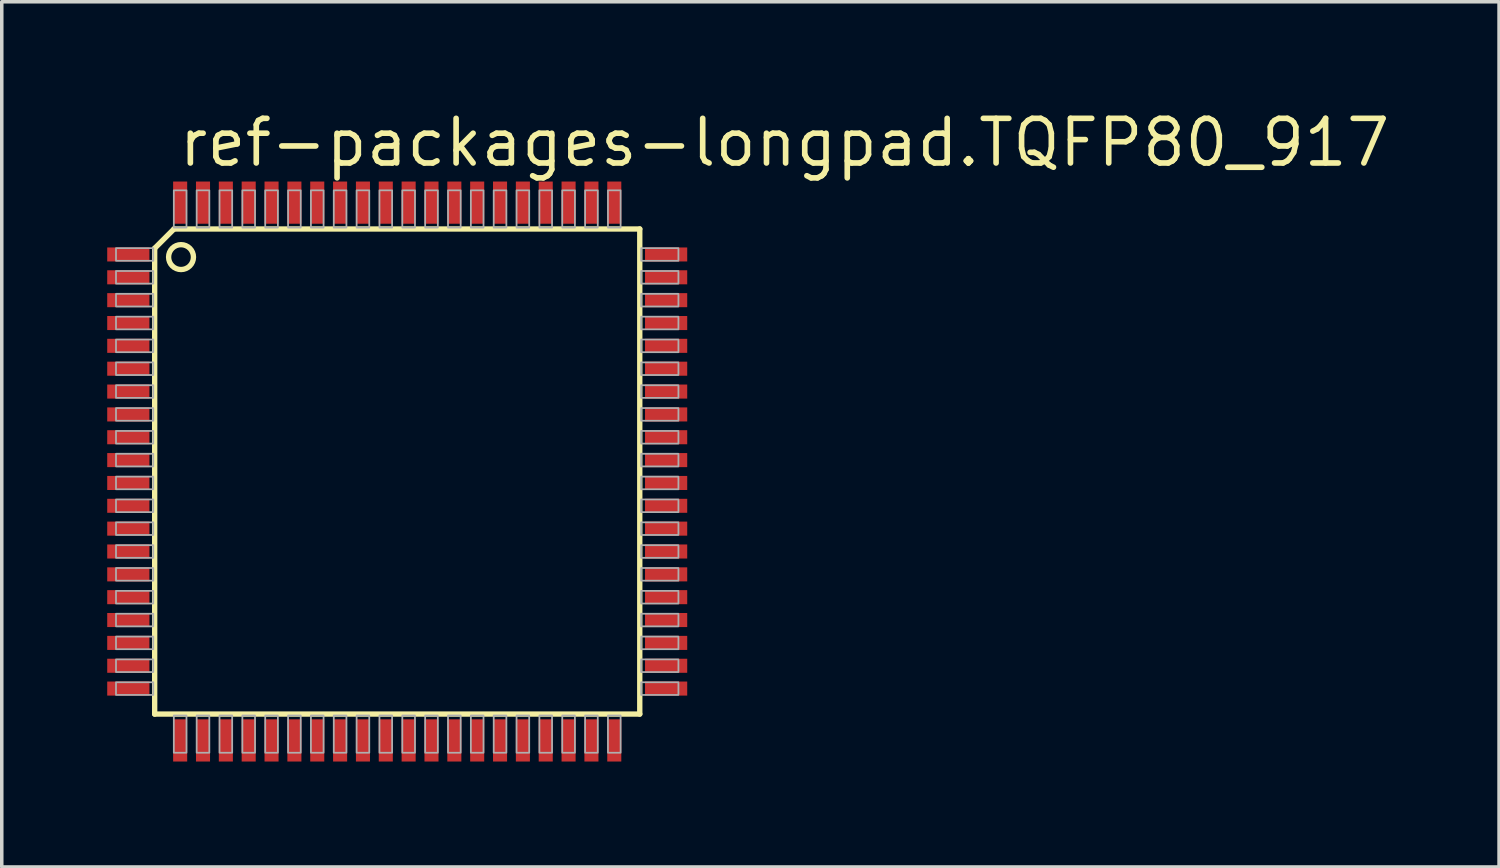
<source format=kicad_pcb>
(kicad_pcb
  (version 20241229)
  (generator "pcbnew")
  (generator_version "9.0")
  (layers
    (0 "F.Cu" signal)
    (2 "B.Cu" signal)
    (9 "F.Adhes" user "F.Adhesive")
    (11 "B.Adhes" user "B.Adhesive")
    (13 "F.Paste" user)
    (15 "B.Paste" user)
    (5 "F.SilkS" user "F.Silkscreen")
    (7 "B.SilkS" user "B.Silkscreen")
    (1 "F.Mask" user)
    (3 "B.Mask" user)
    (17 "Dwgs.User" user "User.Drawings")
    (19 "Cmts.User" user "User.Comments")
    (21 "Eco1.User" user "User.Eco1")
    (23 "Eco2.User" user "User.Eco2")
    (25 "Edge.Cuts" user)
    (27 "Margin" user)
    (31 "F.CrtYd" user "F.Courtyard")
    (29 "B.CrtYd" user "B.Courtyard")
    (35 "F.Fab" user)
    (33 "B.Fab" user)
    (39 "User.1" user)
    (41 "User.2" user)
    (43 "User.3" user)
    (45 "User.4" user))
  (footprint "ref-packages-longpad.TQFP80_917"
    (layer "F.Cu")
    (at 8.25 10.364)
    (property "Reference" "ref-packages-longpad.TQFP80_917" (at -6.292 -8.614 0) (layer "F.SilkS") (effects (font (size 1.27 1.27) (thickness 0.16)) (justify left bottom)))
    (attr smd)
    (fp_line (start -6.9 -6.35) (end -6.35 -6.9) (stroke (width 0.152) (type default)) (layer "F.SilkS"))
    (fp_line (start -6.9 6.9) (end -6.9 -6.35) (stroke (width 0.152) (type default)) (layer "F.SilkS"))
    (fp_line (start -6.35 -6.9) (end 6.9 -6.9) (stroke (width 0.152) (type default)) (layer "F.SilkS"))
    (fp_line (start 6.9 -6.9) (end 6.9 6.9) (stroke (width 0.152) (type default)) (layer "F.SilkS"))
    (fp_line (start 6.9 6.9) (end -6.9 6.9) (stroke (width 0.152) (type default)) (layer "F.SilkS"))
    (fp_circle (center -6.15 -6.1) (end -5.796 -6.1) (stroke (width 0.152) (type default)) (fill no) (layer "F.SilkS"))
    (fp_rect (start -8 -5.995) (end -6.94 -6.355) (stroke (width 0.05) (type default)) (fill no) (layer "F.Fab"))
    (fp_rect (start -8 -5.345) (end -6.94 -5.705) (stroke (width 0.05) (type default)) (fill no) (layer "F.Fab"))
    (fp_rect (start -8 -4.695) (end -6.94 -5.055) (stroke (width 0.05) (type default)) (fill no) (layer "F.Fab"))
    (fp_rect (start -8 -4.045) (end -6.94 -4.405) (stroke (width 0.05) (type default)) (fill no) (layer "F.Fab"))
    (fp_rect (start -8 -3.395) (end -6.94 -3.755) (stroke (width 0.05) (type default)) (fill no) (layer "F.Fab"))
    (fp_rect (start -8 -2.745) (end -6.94 -3.105) (stroke (width 0.05) (type default)) (fill no) (layer "F.Fab"))
    (fp_rect (start -8 -2.095) (end -6.94 -2.455) (stroke (width 0.05) (type default)) (fill no) (layer "F.Fab"))
    (fp_rect (start -8 -1.445) (end -6.94 -1.805) (stroke (width 0.05) (type default)) (fill no) (layer "F.Fab"))
    (fp_rect (start -8 -0.795) (end -6.94 -1.155) (stroke (width 0.05) (type default)) (fill no) (layer "F.Fab"))
    (fp_rect (start -8 -0.145) (end -6.94 -0.505) (stroke (width 0.05) (type default)) (fill no) (layer "F.Fab"))
    (fp_rect (start -8 0.505) (end -6.94 0.145) (stroke (width 0.05) (type default)) (fill no) (layer "F.Fab"))
    (fp_rect (start -8 1.155) (end -6.94 0.795) (stroke (width 0.05) (type default)) (fill no) (layer "F.Fab"))
    (fp_rect (start -8 1.805) (end -6.94 1.445) (stroke (width 0.05) (type default)) (fill no) (layer "F.Fab"))
    (fp_rect (start -8 2.455) (end -6.94 2.095) (stroke (width 0.05) (type default)) (fill no) (layer "F.Fab"))
    (fp_rect (start -8 3.105) (end -6.94 2.745) (stroke (width 0.05) (type default)) (fill no) (layer "F.Fab"))
    (fp_rect (start -8 3.755) (end -6.94 3.395) (stroke (width 0.05) (type default)) (fill no) (layer "F.Fab"))
    (fp_rect (start -8 4.405) (end -6.94 4.045) (stroke (width 0.05) (type default)) (fill no) (layer "F.Fab"))
    (fp_rect (start -8 5.055) (end -6.94 4.695) (stroke (width 0.05) (type default)) (fill no) (layer "F.Fab"))
    (fp_rect (start -8 5.705) (end -6.94 5.345) (stroke (width 0.05) (type default)) (fill no) (layer "F.Fab"))
    (fp_rect (start -8 6.355) (end -6.94 5.995) (stroke (width 0.05) (type default)) (fill no) (layer "F.Fab"))
    (fp_rect (start -6.355 -6.94) (end -5.995 -8) (stroke (width 0.05) (type default)) (fill no) (layer "F.Fab"))
    (fp_rect (start -6.355 8) (end -5.995 6.94) (stroke (width 0.05) (type default)) (fill no) (layer "F.Fab"))
    (fp_rect (start -5.705 -6.94) (end -5.345 -8) (stroke (width 0.05) (type default)) (fill no) (layer "F.Fab"))
    (fp_rect (start -5.705 8) (end -5.345 6.94) (stroke (width 0.05) (type default)) (fill no) (layer "F.Fab"))
    (fp_rect (start -5.055 -6.94) (end -4.695 -8) (stroke (width 0.05) (type default)) (fill no) (layer "F.Fab"))
    (fp_rect (start -5.055 8) (end -4.695 6.94) (stroke (width 0.05) (type default)) (fill no) (layer "F.Fab"))
    (fp_rect (start -4.405 -6.94) (end -4.045 -8) (stroke (width 0.05) (type default)) (fill no) (layer "F.Fab"))
    (fp_rect (start -4.405 8) (end -4.045 6.94) (stroke (width 0.05) (type default)) (fill no) (layer "F.Fab"))
    (fp_rect (start -3.755 -6.94) (end -3.395 -8) (stroke (width 0.05) (type default)) (fill no) (layer "F.Fab"))
    (fp_rect (start -3.755 8) (end -3.395 6.94) (stroke (width 0.05) (type default)) (fill no) (layer "F.Fab"))
    (fp_rect (start -3.105 -6.94) (end -2.745 -8) (stroke (width 0.05) (type default)) (fill no) (layer "F.Fab"))
    (fp_rect (start -3.105 8) (end -2.745 6.94) (stroke (width 0.05) (type default)) (fill no) (layer "F.Fab"))
    (fp_rect (start -2.455 -6.94) (end -2.095 -8) (stroke (width 0.05) (type default)) (fill no) (layer "F.Fab"))
    (fp_rect (start -2.455 8) (end -2.095 6.94) (stroke (width 0.05) (type default)) (fill no) (layer "F.Fab"))
    (fp_rect (start -1.805 -6.94) (end -1.445 -8) (stroke (width 0.05) (type default)) (fill no) (layer "F.Fab"))
    (fp_rect (start -1.805 8) (end -1.445 6.94) (stroke (width 0.05) (type default)) (fill no) (layer "F.Fab"))
    (fp_rect (start -1.155 -6.94) (end -0.795 -8) (stroke (width 0.05) (type default)) (fill no) (layer "F.Fab"))
    (fp_rect (start -1.155 8) (end -0.795 6.94) (stroke (width 0.05) (type default)) (fill no) (layer "F.Fab"))
    (fp_rect (start -0.505 -6.94) (end -0.145 -8) (stroke (width 0.05) (type default)) (fill no) (layer "F.Fab"))
    (fp_rect (start -0.505 8) (end -0.145 6.94) (stroke (width 0.05) (type default)) (fill no) (layer "F.Fab"))
    (fp_rect (start 0.145 -6.94) (end 0.505 -8) (stroke (width 0.05) (type default)) (fill no) (layer "F.Fab"))
    (fp_rect (start 0.145 8) (end 0.505 6.94) (stroke (width 0.05) (type default)) (fill no) (layer "F.Fab"))
    (fp_rect (start 0.795 -6.94) (end 1.155 -8) (stroke (width 0.05) (type default)) (fill no) (layer "F.Fab"))
    (fp_rect (start 0.795 8) (end 1.155 6.94) (stroke (width 0.05) (type default)) (fill no) (layer "F.Fab"))
    (fp_rect (start 1.445 -6.94) (end 1.805 -8) (stroke (width 0.05) (type default)) (fill no) (layer "F.Fab"))
    (fp_rect (start 1.445 8) (end 1.805 6.94) (stroke (width 0.05) (type default)) (fill no) (layer "F.Fab"))
    (fp_rect (start 2.095 -6.94) (end 2.455 -8) (stroke (width 0.05) (type default)) (fill no) (layer "F.Fab"))
    (fp_rect (start 2.095 8) (end 2.455 6.94) (stroke (width 0.05) (type default)) (fill no) (layer "F.Fab"))
    (fp_rect (start 2.745 -6.94) (end 3.105 -8) (stroke (width 0.05) (type default)) (fill no) (layer "F.Fab"))
    (fp_rect (start 2.745 8) (end 3.105 6.94) (stroke (width 0.05) (type default)) (fill no) (layer "F.Fab"))
    (fp_rect (start 3.395 -6.94) (end 3.755 -8) (stroke (width 0.05) (type default)) (fill no) (layer "F.Fab"))
    (fp_rect (start 3.395 8) (end 3.755 6.94) (stroke (width 0.05) (type default)) (fill no) (layer "F.Fab"))
    (fp_rect (start 4.045 -6.94) (end 4.405 -8) (stroke (width 0.05) (type default)) (fill no) (layer "F.Fab"))
    (fp_rect (start 4.045 8) (end 4.405 6.94) (stroke (width 0.05) (type default)) (fill no) (layer "F.Fab"))
    (fp_rect (start 4.695 -6.94) (end 5.055 -8) (stroke (width 0.05) (type default)) (fill no) (layer "F.Fab"))
    (fp_rect (start 4.695 8) (end 5.055 6.94) (stroke (width 0.05) (type default)) (fill no) (layer "F.Fab"))
    (fp_rect (start 5.345 -6.94) (end 5.705 -8) (stroke (width 0.05) (type default)) (fill no) (layer "F.Fab"))
    (fp_rect (start 5.345 8) (end 5.705 6.94) (stroke (width 0.05) (type default)) (fill no) (layer "F.Fab"))
    (fp_rect (start 5.995 -6.94) (end 6.355 -8) (stroke (width 0.05) (type default)) (fill no) (layer "F.Fab"))
    (fp_rect (start 5.995 8) (end 6.355 6.94) (stroke (width 0.05) (type default)) (fill no) (layer "F.Fab"))
    (fp_rect (start 6.94 -5.995) (end 8 -6.355) (stroke (width 0.05) (type default)) (fill no) (layer "F.Fab"))
    (fp_rect (start 6.94 -5.345) (end 8 -5.705) (stroke (width 0.05) (type default)) (fill no) (layer "F.Fab"))
    (fp_rect (start 6.94 -4.695) (end 8 -5.055) (stroke (width 0.05) (type default)) (fill no) (layer "F.Fab"))
    (fp_rect (start 6.94 -4.045) (end 8 -4.405) (stroke (width 0.05) (type default)) (fill no) (layer "F.Fab"))
    (fp_rect (start 6.94 -3.395) (end 8 -3.755) (stroke (width 0.05) (type default)) (fill no) (layer "F.Fab"))
    (fp_rect (start 6.94 -2.745) (end 8 -3.105) (stroke (width 0.05) (type default)) (fill no) (layer "F.Fab"))
    (fp_rect (start 6.94 -2.095) (end 8 -2.455) (stroke (width 0.05) (type default)) (fill no) (layer "F.Fab"))
    (fp_rect (start 6.94 -1.445) (end 8 -1.805) (stroke (width 0.05) (type default)) (fill no) (layer "F.Fab"))
    (fp_rect (start 6.94 -0.795) (end 8 -1.155) (stroke (width 0.05) (type default)) (fill no) (layer "F.Fab"))
    (fp_rect (start 6.94 -0.145) (end 8 -0.505) (stroke (width 0.05) (type default)) (fill no) (layer "F.Fab"))
    (fp_rect (start 6.94 0.505) (end 8 0.145) (stroke (width 0.05) (type default)) (fill no) (layer "F.Fab"))
    (fp_rect (start 6.94 1.155) (end 8 0.795) (stroke (width 0.05) (type default)) (fill no) (layer "F.Fab"))
    (fp_rect (start 6.94 1.805) (end 8 1.445) (stroke (width 0.05) (type default)) (fill no) (layer "F.Fab"))
    (fp_rect (start 6.94 2.455) (end 8 2.095) (stroke (width 0.05) (type default)) (fill no) (layer "F.Fab"))
    (fp_rect (start 6.94 3.105) (end 8 2.745) (stroke (width 0.05) (type default)) (fill no) (layer "F.Fab"))
    (fp_rect (start 6.94 3.755) (end 8 3.395) (stroke (width 0.05) (type default)) (fill no) (layer "F.Fab"))
    (fp_rect (start 6.94 4.405) (end 8 4.045) (stroke (width 0.05) (type default)) (fill no) (layer "F.Fab"))
    (fp_rect (start 6.94 5.055) (end 8 4.695) (stroke (width 0.05) (type default)) (fill no) (layer "F.Fab"))
    (fp_rect (start 6.94 5.705) (end 8 5.345) (stroke (width 0.05) (type default)) (fill no) (layer "F.Fab"))
    (fp_rect (start 6.94 6.355) (end 8 5.995) (stroke (width 0.05) (type default)) (fill no) (layer "F.Fab"))
    (pad "1" smd roundrect (at -7.65 -6.175) (size 1.2 0.4) (layers "F.Cu" "F.Mask" "F.Paste") (roundrect_rratio 0.01))
    (pad "2" smd roundrect (at -7.65 -5.525) (size 1.2 0.4) (layers "F.Cu" "F.Mask" "F.Paste") (roundrect_rratio 0.01))
    (pad "3" smd roundrect (at -7.65 -4.875) (size 1.2 0.4) (layers "F.Cu" "F.Mask" "F.Paste") (roundrect_rratio 0.01))
    (pad "4" smd roundrect (at -7.65 -4.225) (size 1.2 0.4) (layers "F.Cu" "F.Mask" "F.Paste") (roundrect_rratio 0.01))
    (pad "5" smd roundrect (at -7.65 -3.575) (size 1.2 0.4) (layers "F.Cu" "F.Mask" "F.Paste") (roundrect_rratio 0.01))
    (pad "6" smd roundrect (at -7.65 -2.925) (size 1.2 0.4) (layers "F.Cu" "F.Mask" "F.Paste") (roundrect_rratio 0.01))
    (pad "7" smd roundrect (at -7.65 -2.275) (size 1.2 0.4) (layers "F.Cu" "F.Mask" "F.Paste") (roundrect_rratio 0.01))
    (pad "8" smd roundrect (at -7.65 -1.625) (size 1.2 0.4) (layers "F.Cu" "F.Mask" "F.Paste") (roundrect_rratio 0.01))
    (pad "9" smd roundrect (at -7.65 -0.975) (size 1.2 0.4) (layers "F.Cu" "F.Mask" "F.Paste") (roundrect_rratio 0.01))
    (pad "10" smd roundrect (at -7.65 -0.325) (size 1.2 0.4) (layers "F.Cu" "F.Mask" "F.Paste") (roundrect_rratio 0.01))
    (pad "11" smd roundrect (at -7.65 0.325) (size 1.2 0.4) (layers "F.Cu" "F.Mask" "F.Paste") (roundrect_rratio 0.01))
    (pad "12" smd roundrect (at -7.65 0.975) (size 1.2 0.4) (layers "F.Cu" "F.Mask" "F.Paste") (roundrect_rratio 0.01))
    (pad "13" smd roundrect (at -7.65 1.625) (size 1.2 0.4) (layers "F.Cu" "F.Mask" "F.Paste") (roundrect_rratio 0.01))
    (pad "14" smd roundrect (at -7.65 2.275) (size 1.2 0.4) (layers "F.Cu" "F.Mask" "F.Paste") (roundrect_rratio 0.01))
    (pad "15" smd roundrect (at -7.65 2.925) (size 1.2 0.4) (layers "F.Cu" "F.Mask" "F.Paste") (roundrect_rratio 0.01))
    (pad "16" smd roundrect (at -7.65 3.575) (size 1.2 0.4) (layers "F.Cu" "F.Mask" "F.Paste") (roundrect_rratio 0.01))
    (pad "17" smd roundrect (at -7.65 4.225) (size 1.2 0.4) (layers "F.Cu" "F.Mask" "F.Paste") (roundrect_rratio 0.01))
    (pad "18" smd roundrect (at -7.65 4.875) (size 1.2 0.4) (layers "F.Cu" "F.Mask" "F.Paste") (roundrect_rratio 0.01))
    (pad "19" smd roundrect (at -7.65 5.525) (size 1.2 0.4) (layers "F.Cu" "F.Mask" "F.Paste") (roundrect_rratio 0.01))
    (pad "20" smd roundrect (at -7.65 6.175) (size 1.2 0.4) (layers "F.Cu" "F.Mask" "F.Paste") (roundrect_rratio 0.01))
    (pad "21" smd roundrect (at -6.175 7.65) (size 0.4 1.2) (layers "F.Cu" "F.Mask" "F.Paste") (roundrect_rratio 0.01))
    (pad "22" smd roundrect (at -5.525 7.65) (size 0.4 1.2) (layers "F.Cu" "F.Mask" "F.Paste") (roundrect_rratio 0.01))
    (pad "23" smd roundrect (at -4.875 7.65) (size 0.4 1.2) (layers "F.Cu" "F.Mask" "F.Paste") (roundrect_rratio 0.01))
    (pad "24" smd roundrect (at -4.225 7.65) (size 0.4 1.2) (layers "F.Cu" "F.Mask" "F.Paste") (roundrect_rratio 0.01))
    (pad "25" smd roundrect (at -3.575 7.65) (size 0.4 1.2) (layers "F.Cu" "F.Mask" "F.Paste") (roundrect_rratio 0.01))
    (pad "26" smd roundrect (at -2.925 7.65) (size 0.4 1.2) (layers "F.Cu" "F.Mask" "F.Paste") (roundrect_rratio 0.01))
    (pad "27" smd roundrect (at -2.275 7.65) (size 0.4 1.2) (layers "F.Cu" "F.Mask" "F.Paste") (roundrect_rratio 0.01))
    (pad "28" smd roundrect (at -1.625 7.65) (size 0.4 1.2) (layers "F.Cu" "F.Mask" "F.Paste") (roundrect_rratio 0.01))
    (pad "29" smd roundrect (at -0.975 7.65) (size 0.4 1.2) (layers "F.Cu" "F.Mask" "F.Paste") (roundrect_rratio 0.01))
    (pad "30" smd roundrect (at -0.325 7.65) (size 0.4 1.2) (layers "F.Cu" "F.Mask" "F.Paste") (roundrect_rratio 0.01))
    (pad "31" smd roundrect (at 0.325 7.65) (size 0.4 1.2) (layers "F.Cu" "F.Mask" "F.Paste") (roundrect_rratio 0.01))
    (pad "32" smd roundrect (at 0.975 7.65) (size 0.4 1.2) (layers "F.Cu" "F.Mask" "F.Paste") (roundrect_rratio 0.01))
    (pad "33" smd roundrect (at 1.625 7.65) (size 0.4 1.2) (layers "F.Cu" "F.Mask" "F.Paste") (roundrect_rratio 0.01))
    (pad "34" smd roundrect (at 2.275 7.65) (size 0.4 1.2) (layers "F.Cu" "F.Mask" "F.Paste") (roundrect_rratio 0.01))
    (pad "35" smd roundrect (at 2.925 7.65) (size 0.4 1.2) (layers "F.Cu" "F.Mask" "F.Paste") (roundrect_rratio 0.01))
    (pad "36" smd roundrect (at 3.575 7.65) (size 0.4 1.2) (layers "F.Cu" "F.Mask" "F.Paste") (roundrect_rratio 0.01))
    (pad "37" smd roundrect (at 4.225 7.65) (size 0.4 1.2) (layers "F.Cu" "F.Mask" "F.Paste") (roundrect_rratio 0.01))
    (pad "38" smd roundrect (at 4.875 7.65) (size 0.4 1.2) (layers "F.Cu" "F.Mask" "F.Paste") (roundrect_rratio 0.01))
    (pad "39" smd roundrect (at 5.525 7.65) (size 0.4 1.2) (layers "F.Cu" "F.Mask" "F.Paste") (roundrect_rratio 0.01))
    (pad "40" smd roundrect (at 6.175 7.65) (size 0.4 1.2) (layers "F.Cu" "F.Mask" "F.Paste") (roundrect_rratio 0.01))
    (pad "41" smd roundrect (at 7.65 6.175) (size 1.2 0.4) (layers "F.Cu" "F.Mask" "F.Paste") (roundrect_rratio 0.01))
    (pad "42" smd roundrect (at 7.65 5.525) (size 1.2 0.4) (layers "F.Cu" "F.Mask" "F.Paste") (roundrect_rratio 0.01))
    (pad "43" smd roundrect (at 7.65 4.875) (size 1.2 0.4) (layers "F.Cu" "F.Mask" "F.Paste") (roundrect_rratio 0.01))
    (pad "44" smd roundrect (at 7.65 4.225) (size 1.2 0.4) (layers "F.Cu" "F.Mask" "F.Paste") (roundrect_rratio 0.01))
    (pad "45" smd roundrect (at 7.65 3.575) (size 1.2 0.4) (layers "F.Cu" "F.Mask" "F.Paste") (roundrect_rratio 0.01))
    (pad "46" smd roundrect (at 7.65 2.925) (size 1.2 0.4) (layers "F.Cu" "F.Mask" "F.Paste") (roundrect_rratio 0.01))
    (pad "47" smd roundrect (at 7.65 2.275) (size 1.2 0.4) (layers "F.Cu" "F.Mask" "F.Paste") (roundrect_rratio 0.01))
    (pad "48" smd roundrect (at 7.65 1.625) (size 1.2 0.4) (layers "F.Cu" "F.Mask" "F.Paste") (roundrect_rratio 0.01))
    (pad "49" smd roundrect (at 7.65 0.975) (size 1.2 0.4) (layers "F.Cu" "F.Mask" "F.Paste") (roundrect_rratio 0.01))
    (pad "50" smd roundrect (at 7.65 0.325) (size 1.2 0.4) (layers "F.Cu" "F.Mask" "F.Paste") (roundrect_rratio 0.01))
    (pad "51" smd roundrect (at 7.65 -0.325) (size 1.2 0.4) (layers "F.Cu" "F.Mask" "F.Paste") (roundrect_rratio 0.01))
    (pad "52" smd roundrect (at 7.65 -0.975) (size 1.2 0.4) (layers "F.Cu" "F.Mask" "F.Paste") (roundrect_rratio 0.01))
    (pad "53" smd roundrect (at 7.65 -1.625) (size 1.2 0.4) (layers "F.Cu" "F.Mask" "F.Paste") (roundrect_rratio 0.01))
    (pad "54" smd roundrect (at 7.65 -2.275) (size 1.2 0.4) (layers "F.Cu" "F.Mask" "F.Paste") (roundrect_rratio 0.01))
    (pad "55" smd roundrect (at 7.65 -2.925) (size 1.2 0.4) (layers "F.Cu" "F.Mask" "F.Paste") (roundrect_rratio 0.01))
    (pad "56" smd roundrect (at 7.65 -3.575) (size 1.2 0.4) (layers "F.Cu" "F.Mask" "F.Paste") (roundrect_rratio 0.01))
    (pad "57" smd roundrect (at 7.65 -4.225) (size 1.2 0.4) (layers "F.Cu" "F.Mask" "F.Paste") (roundrect_rratio 0.01))
    (pad "58" smd roundrect (at 7.65 -4.875) (size 1.2 0.4) (layers "F.Cu" "F.Mask" "F.Paste") (roundrect_rratio 0.01))
    (pad "59" smd roundrect (at 7.65 -5.525) (size 1.2 0.4) (layers "F.Cu" "F.Mask" "F.Paste") (roundrect_rratio 0.01))
    (pad "60" smd roundrect (at 7.65 -6.175) (size 1.2 0.4) (layers "F.Cu" "F.Mask" "F.Paste") (roundrect_rratio 0.01))
    (pad "61" smd roundrect (at 6.175 -7.65) (size 0.4 1.2) (layers "F.Cu" "F.Mask" "F.Paste") (roundrect_rratio 0.01))
    (pad "62" smd roundrect (at 5.525 -7.65) (size 0.4 1.2) (layers "F.Cu" "F.Mask" "F.Paste") (roundrect_rratio 0.01))
    (pad "63" smd roundrect (at 4.875 -7.65) (size 0.4 1.2) (layers "F.Cu" "F.Mask" "F.Paste") (roundrect_rratio 0.01))
    (pad "64" smd roundrect (at 4.225 -7.65) (size 0.4 1.2) (layers "F.Cu" "F.Mask" "F.Paste") (roundrect_rratio 0.01))
    (pad "65" smd roundrect (at 3.575 -7.65) (size 0.4 1.2) (layers "F.Cu" "F.Mask" "F.Paste") (roundrect_rratio 0.01))
    (pad "66" smd roundrect (at 2.925 -7.65) (size 0.4 1.2) (layers "F.Cu" "F.Mask" "F.Paste") (roundrect_rratio 0.01))
    (pad "67" smd roundrect (at 2.275 -7.65) (size 0.4 1.2) (layers "F.Cu" "F.Mask" "F.Paste") (roundrect_rratio 0.01))
    (pad "68" smd roundrect (at 1.625 -7.65) (size 0.4 1.2) (layers "F.Cu" "F.Mask" "F.Paste") (roundrect_rratio 0.01))
    (pad "69" smd roundrect (at 0.975 -7.65) (size 0.4 1.2) (layers "F.Cu" "F.Mask" "F.Paste") (roundrect_rratio 0.01))
    (pad "70" smd roundrect (at 0.325 -7.65) (size 0.4 1.2) (layers "F.Cu" "F.Mask" "F.Paste") (roundrect_rratio 0.01))
    (pad "71" smd roundrect (at -0.325 -7.65) (size 0.4 1.2) (layers "F.Cu" "F.Mask" "F.Paste") (roundrect_rratio 0.01))
    (pad "72" smd roundrect (at -0.975 -7.65) (size 0.4 1.2) (layers "F.Cu" "F.Mask" "F.Paste") (roundrect_rratio 0.01))
    (pad "73" smd roundrect (at -1.625 -7.65) (size 0.4 1.2) (layers "F.Cu" "F.Mask" "F.Paste") (roundrect_rratio 0.01))
    (pad "74" smd roundrect (at -2.275 -7.65) (size 0.4 1.2) (layers "F.Cu" "F.Mask" "F.Paste") (roundrect_rratio 0.01))
    (pad "75" smd roundrect (at -2.925 -7.65) (size 0.4 1.2) (layers "F.Cu" "F.Mask" "F.Paste") (roundrect_rratio 0.01))
    (pad "76" smd roundrect (at -3.575 -7.65) (size 0.4 1.2) (layers "F.Cu" "F.Mask" "F.Paste") (roundrect_rratio 0.01))
    (pad "77" smd roundrect (at -4.225 -7.65) (size 0.4 1.2) (layers "F.Cu" "F.Mask" "F.Paste") (roundrect_rratio 0.01))
    (pad "78" smd roundrect (at -4.875 -7.65) (size 0.4 1.2) (layers "F.Cu" "F.Mask" "F.Paste") (roundrect_rratio 0.01))
    (pad "79" smd roundrect (at -5.525 -7.65) (size 0.4 1.2) (layers "F.Cu" "F.Mask" "F.Paste") (roundrect_rratio 0.01))
    (pad "80" smd roundrect (at -6.175 -7.65) (size 0.4 1.2) (layers "F.Cu" "F.Mask" "F.Paste") (roundrect_rratio 0.01)))
  (gr_rect
    (start -3 -3)
    (end 39.595 21.614)
    (stroke (width 0.1) (type default))
    (fill no)
    (layer "Edge.Cuts")))
</source>
